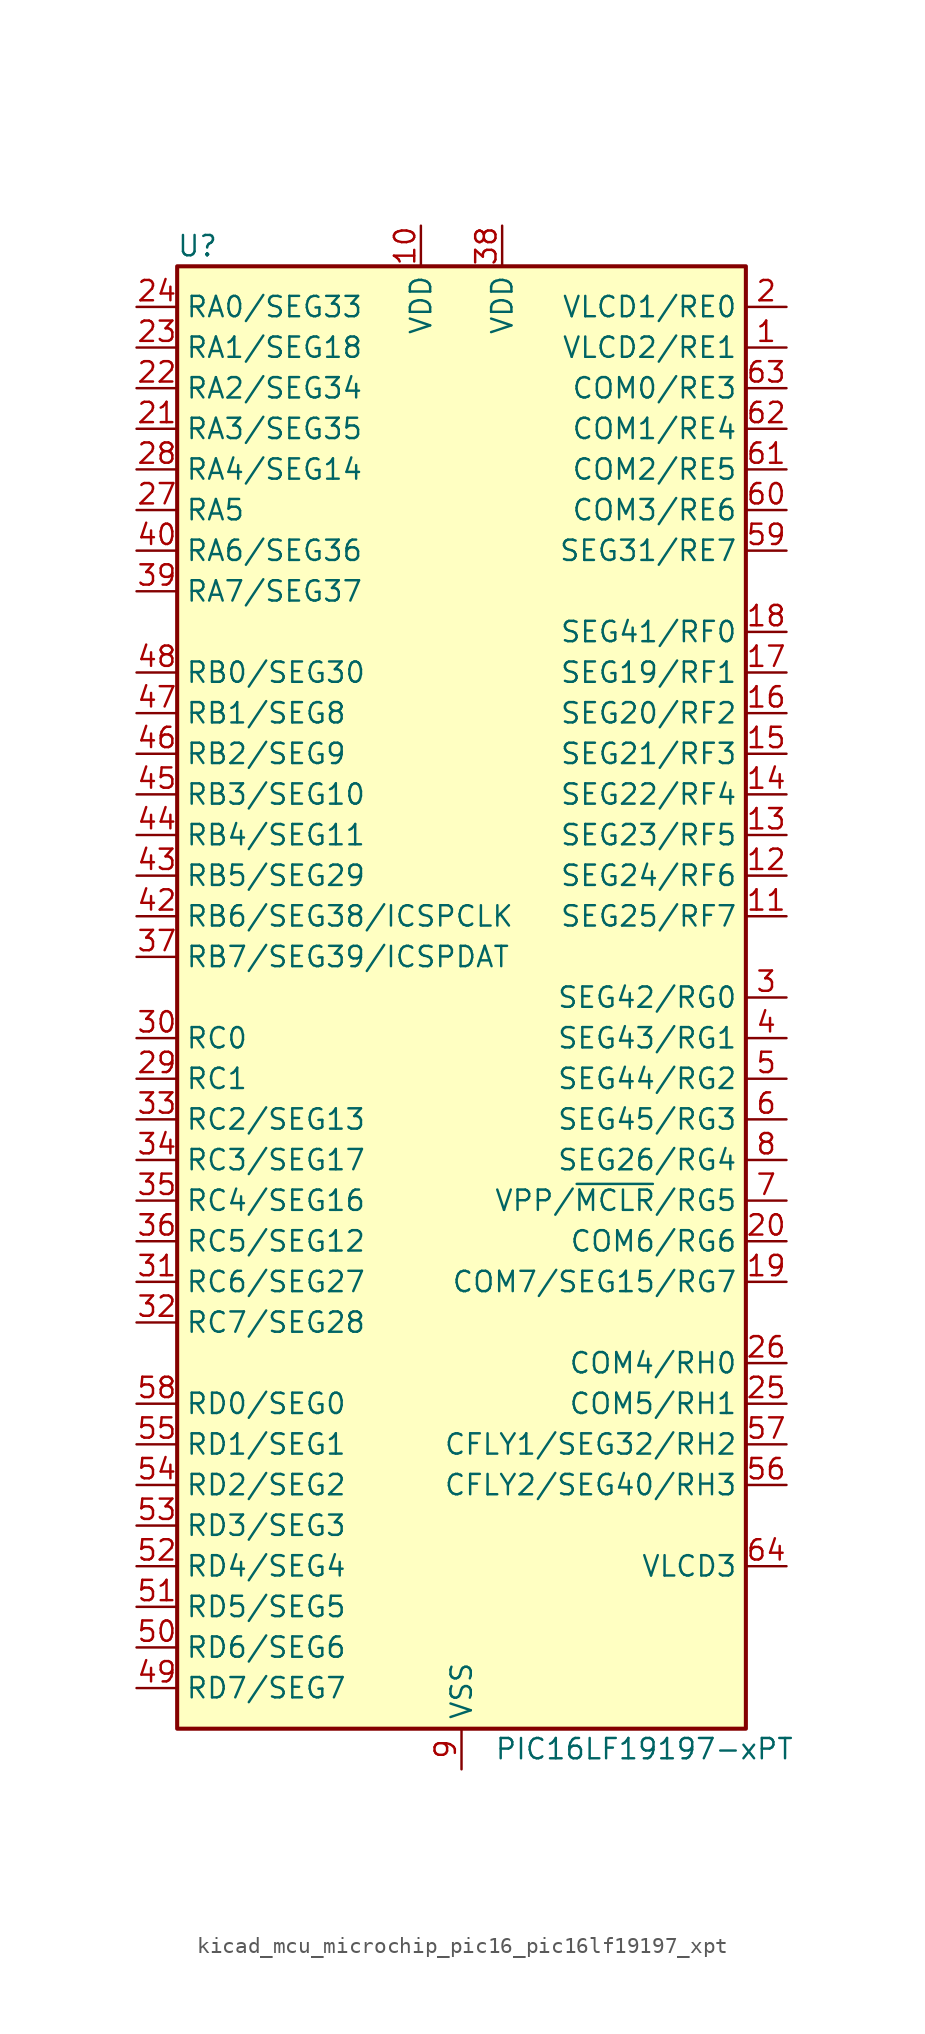
<source format=kicad_sym>
(kicad_symbol_lib
  (version 20220914)
  (generator kicad_symbol_editor)
  (symbol "kicad_mcu_microchip_pic16_pic16lf19197_xpt"
    (property "Reference" "U"
      (at -16.51 46.99 0)
      (effects (font (size 1.27 1.27))))
    (property "Value" "PIC16LF19197-xPT"
      (at 11.43 -46.99 0)
      (effects (font (size 1.27 1.27))))
    (symbol "kicad_mcu_microchip_pic16_pic16lf19197_xpt_0_1"
      (rectangle (start -17.78 45.72) (end 17.78 -45.72) (stroke (width 0.254) (type default)) (fill (type background))))
    (symbol "kicad_mcu_microchip_pic16_pic16lf19197_xpt_1_1"
      (pin bidirectional line (at 20.32 40.64 180) (length 2.54) (name "VLCD2/RE1" (effects (font (size 1.27 1.27)))) (number "1" (effects (font (size 1.27 1.27)))))
      (pin power_in line (at -2.54 48.26 270) (length 2.54) (name "VDD" (effects (font (size 1.27 1.27)))) (number "10" (effects (font (size 1.27 1.27)))))
      (pin bidirectional line (at 20.32 5.08 180) (length 2.54) (name "SEG25/RF7" (effects (font (size 1.27 1.27)))) (number "11" (effects (font (size 1.27 1.27)))))
      (pin bidirectional line (at 20.32 7.62 180) (length 2.54) (name "SEG24/RF6" (effects (font (size 1.27 1.27)))) (number "12" (effects (font (size 1.27 1.27)))))
      (pin bidirectional line (at 20.32 10.16 180) (length 2.54) (name "SEG23/RF5" (effects (font (size 1.27 1.27)))) (number "13" (effects (font (size 1.27 1.27)))))
      (pin bidirectional line (at 20.32 12.7 180) (length 2.54) (name "SEG22/RF4" (effects (font (size 1.27 1.27)))) (number "14" (effects (font (size 1.27 1.27)))))
      (pin bidirectional line (at 20.32 15.24 180) (length 2.54) (name "SEG21/RF3" (effects (font (size 1.27 1.27)))) (number "15" (effects (font (size 1.27 1.27)))))
      (pin bidirectional line (at 20.32 17.78 180) (length 2.54) (name "SEG20/RF2" (effects (font (size 1.27 1.27)))) (number "16" (effects (font (size 1.27 1.27)))))
      (pin bidirectional line (at 20.32 20.32 180) (length 2.54) (name "SEG19/RF1" (effects (font (size 1.27 1.27)))) (number "17" (effects (font (size 1.27 1.27)))))
      (pin bidirectional line (at 20.32 22.86 180) (length 2.54) (name "SEG41/RF0" (effects (font (size 1.27 1.27)))) (number "18" (effects (font (size 1.27 1.27)))))
      (pin bidirectional line (at 20.32 -17.78 180) (length 2.54) (name "COM7/SEG15/RG7" (effects (font (size 1.27 1.27)))) (number "19" (effects (font (size 1.27 1.27)))))
      (pin bidirectional line (at 20.32 43.18 180) (length 2.54) (name "VLCD1/RE0" (effects (font (size 1.27 1.27)))) (number "2" (effects (font (size 1.27 1.27)))))
      (pin bidirectional line (at 20.32 -15.24 180) (length 2.54) (name "COM6/RG6" (effects (font (size 1.27 1.27)))) (number "20" (effects (font (size 1.27 1.27)))))
      (pin bidirectional line (at -20.32 35.56 0) (length 2.54) (name "RA3/SEG35" (effects (font (size 1.27 1.27)))) (number "21" (effects (font (size 1.27 1.27)))))
      (pin bidirectional line (at -20.32 38.1 0) (length 2.54) (name "RA2/SEG34" (effects (font (size 1.27 1.27)))) (number "22" (effects (font (size 1.27 1.27)))))
      (pin bidirectional line (at -20.32 40.64 0) (length 2.54) (name "RA1/SEG18" (effects (font (size 1.27 1.27)))) (number "23" (effects (font (size 1.27 1.27)))))
      (pin bidirectional line (at -20.32 43.18 0) (length 2.54) (name "RA0/SEG33" (effects (font (size 1.27 1.27)))) (number "24" (effects (font (size 1.27 1.27)))))
      (pin bidirectional line (at 20.32 -25.4 180) (length 2.54) (name "COM5/RH1" (effects (font (size 1.27 1.27)))) (number "25" (effects (font (size 1.27 1.27)))))
      (pin bidirectional line (at 20.32 -22.86 180) (length 2.54) (name "COM4/RH0" (effects (font (size 1.27 1.27)))) (number "26" (effects (font (size 1.27 1.27)))))
      (pin bidirectional line (at -20.32 30.48 0) (length 2.54) (name "RA5" (effects (font (size 1.27 1.27)))) (number "27" (effects (font (size 1.27 1.27)))))
      (pin bidirectional line (at -20.32 33.02 0) (length 2.54) (name "RA4/SEG14" (effects (font (size 1.27 1.27)))) (number "28" (effects (font (size 1.27 1.27)))))
      (pin bidirectional line (at -20.32 -5.08 0) (length 2.54) (name "RC1" (effects (font (size 1.27 1.27)))) (number "29" (effects (font (size 1.27 1.27)))))
      (pin bidirectional line (at 20.32 0 180) (length 2.54) (name "SEG42/RG0" (effects (font (size 1.27 1.27)))) (number "3" (effects (font (size 1.27 1.27)))))
      (pin bidirectional line (at -20.32 -2.54 0) (length 2.54) (name "RC0" (effects (font (size 1.27 1.27)))) (number "30" (effects (font (size 1.27 1.27)))))
      (pin bidirectional line (at -20.32 -17.78 0) (length 2.54) (name "RC6/SEG27" (effects (font (size 1.27 1.27)))) (number "31" (effects (font (size 1.27 1.27)))))
      (pin bidirectional line (at -20.32 -20.32 0) (length 2.54) (name "RC7/SEG28" (effects (font (size 1.27 1.27)))) (number "32" (effects (font (size 1.27 1.27)))))
      (pin bidirectional line (at -20.32 -7.62 0) (length 2.54) (name "RC2/SEG13" (effects (font (size 1.27 1.27)))) (number "33" (effects (font (size 1.27 1.27)))))
      (pin bidirectional line (at -20.32 -10.16 0) (length 2.54) (name "RC3/SEG17" (effects (font (size 1.27 1.27)))) (number "34" (effects (font (size 1.27 1.27)))))
      (pin bidirectional line (at -20.32 -12.7 0) (length 2.54) (name "RC4/SEG16" (effects (font (size 1.27 1.27)))) (number "35" (effects (font (size 1.27 1.27)))))
      (pin bidirectional line (at -20.32 -15.24 0) (length 2.54) (name "RC5/SEG12" (effects (font (size 1.27 1.27)))) (number "36" (effects (font (size 1.27 1.27)))))
      (pin bidirectional line (at -20.32 2.54 0) (length 2.54) (name "RB7/SEG39/ICSPDAT" (effects (font (size 1.27 1.27)))) (number "37" (effects (font (size 1.27 1.27)))))
      (pin power_in line (at 2.54 48.26 270) (length 2.54) (name "VDD" (effects (font (size 1.27 1.27)))) (number "38" (effects (font (size 1.27 1.27)))))
      (pin bidirectional line (at -20.32 25.4 0) (length 2.54) (name "RA7/SEG37" (effects (font (size 1.27 1.27)))) (number "39" (effects (font (size 1.27 1.27)))))
      (pin bidirectional line (at 20.32 -2.54 180) (length 2.54) (name "SEG43/RG1" (effects (font (size 1.27 1.27)))) (number "4" (effects (font (size 1.27 1.27)))))
      (pin bidirectional line (at -20.32 27.94 0) (length 2.54) (name "RA6/SEG36" (effects (font (size 1.27 1.27)))) (number "40" (effects (font (size 1.27 1.27)))))
      (pin passive line (at 0 -48.26 90) (length 2.54) hide (name "VSS" (effects (font (size 1.27 1.27)))) (number "41" (effects (font (size 1.27 1.27)))))
      (pin bidirectional line (at -20.32 5.08 0) (length 2.54) (name "RB6/SEG38/ICSPCLK" (effects (font (size 1.27 1.27)))) (number "42" (effects (font (size 1.27 1.27)))))
      (pin bidirectional line (at -20.32 7.62 0) (length 2.54) (name "RB5/SEG29" (effects (font (size 1.27 1.27)))) (number "43" (effects (font (size 1.27 1.27)))))
      (pin bidirectional line (at -20.32 10.16 0) (length 2.54) (name "RB4/SEG11" (effects (font (size 1.27 1.27)))) (number "44" (effects (font (size 1.27 1.27)))))
      (pin bidirectional line (at -20.32 12.7 0) (length 2.54) (name "RB3/SEG10" (effects (font (size 1.27 1.27)))) (number "45" (effects (font (size 1.27 1.27)))))
      (pin bidirectional line (at -20.32 15.24 0) (length 2.54) (name "RB2/SEG9" (effects (font (size 1.27 1.27)))) (number "46" (effects (font (size 1.27 1.27)))))
      (pin bidirectional line (at -20.32 17.78 0) (length 2.54) (name "RB1/SEG8" (effects (font (size 1.27 1.27)))) (number "47" (effects (font (size 1.27 1.27)))))
      (pin bidirectional line (at -20.32 20.32 0) (length 2.54) (name "RB0/SEG30" (effects (font (size 1.27 1.27)))) (number "48" (effects (font (size 1.27 1.27)))))
      (pin bidirectional line (at -20.32 -43.18 0) (length 2.54) (name "RD7/SEG7" (effects (font (size 1.27 1.27)))) (number "49" (effects (font (size 1.27 1.27)))))
      (pin bidirectional line (at 20.32 -5.08 180) (length 2.54) (name "SEG44/RG2" (effects (font (size 1.27 1.27)))) (number "5" (effects (font (size 1.27 1.27)))))
      (pin bidirectional line (at -20.32 -40.64 0) (length 2.54) (name "RD6/SEG6" (effects (font (size 1.27 1.27)))) (number "50" (effects (font (size 1.27 1.27)))))
      (pin bidirectional line (at -20.32 -38.1 0) (length 2.54) (name "RD5/SEG5" (effects (font (size 1.27 1.27)))) (number "51" (effects (font (size 1.27 1.27)))))
      (pin bidirectional line (at -20.32 -35.56 0) (length 2.54) (name "RD4/SEG4" (effects (font (size 1.27 1.27)))) (number "52" (effects (font (size 1.27 1.27)))))
      (pin bidirectional line (at -20.32 -33.02 0) (length 2.54) (name "RD3/SEG3" (effects (font (size 1.27 1.27)))) (number "53" (effects (font (size 1.27 1.27)))))
      (pin bidirectional line (at -20.32 -30.48 0) (length 2.54) (name "RD2/SEG2" (effects (font (size 1.27 1.27)))) (number "54" (effects (font (size 1.27 1.27)))))
      (pin bidirectional line (at -20.32 -27.94 0) (length 2.54) (name "RD1/SEG1" (effects (font (size 1.27 1.27)))) (number "55" (effects (font (size 1.27 1.27)))))
      (pin bidirectional line (at 20.32 -30.48 180) (length 2.54) (name "CFLY2/SEG40/RH3" (effects (font (size 1.27 1.27)))) (number "56" (effects (font (size 1.27 1.27)))))
      (pin bidirectional line (at 20.32 -27.94 180) (length 2.54) (name "CFLY1/SEG32/RH2" (effects (font (size 1.27 1.27)))) (number "57" (effects (font (size 1.27 1.27)))))
      (pin bidirectional line (at -20.32 -25.4 0) (length 2.54) (name "RD0/SEG0" (effects (font (size 1.27 1.27)))) (number "58" (effects (font (size 1.27 1.27)))))
      (pin bidirectional line (at 20.32 27.94 180) (length 2.54) (name "SEG31/RE7" (effects (font (size 1.27 1.27)))) (number "59" (effects (font (size 1.27 1.27)))))
      (pin bidirectional line (at 20.32 -7.62 180) (length 2.54) (name "SEG45/RG3" (effects (font (size 1.27 1.27)))) (number "6" (effects (font (size 1.27 1.27)))))
      (pin bidirectional line (at 20.32 30.48 180) (length 2.54) (name "COM3/RE6" (effects (font (size 1.27 1.27)))) (number "60" (effects (font (size 1.27 1.27)))))
      (pin bidirectional line (at 20.32 33.02 180) (length 2.54) (name "COM2/RE5" (effects (font (size 1.27 1.27)))) (number "61" (effects (font (size 1.27 1.27)))))
      (pin bidirectional line (at 20.32 35.56 180) (length 2.54) (name "COM1/RE4" (effects (font (size 1.27 1.27)))) (number "62" (effects (font (size 1.27 1.27)))))
      (pin bidirectional line (at 20.32 38.1 180) (length 2.54) (name "COM0/RE3" (effects (font (size 1.27 1.27)))) (number "63" (effects (font (size 1.27 1.27)))))
      (pin input line (at 20.32 -35.56 180) (length 2.54) (name "VLCD3" (effects (font (size 1.27 1.27)))) (number "64" (effects (font (size 1.27 1.27)))))
      (pin bidirectional line (at 20.32 -12.7 180) (length 2.54) (name "VPP/~{MCLR}/RG5" (effects (font (size 1.27 1.27)))) (number "7" (effects (font (size 1.27 1.27)))))
      (pin bidirectional line (at 20.32 -10.16 180) (length 2.54) (name "SEG26/RG4" (effects (font (size 1.27 1.27)))) (number "8" (effects (font (size 1.27 1.27)))))
      (pin power_in line (at 0 -48.26 90) (length 2.54) (name "VSS" (effects (font (size 1.27 1.27)))) (number "9" (effects (font (size 1.27 1.27))))))))
</source>
